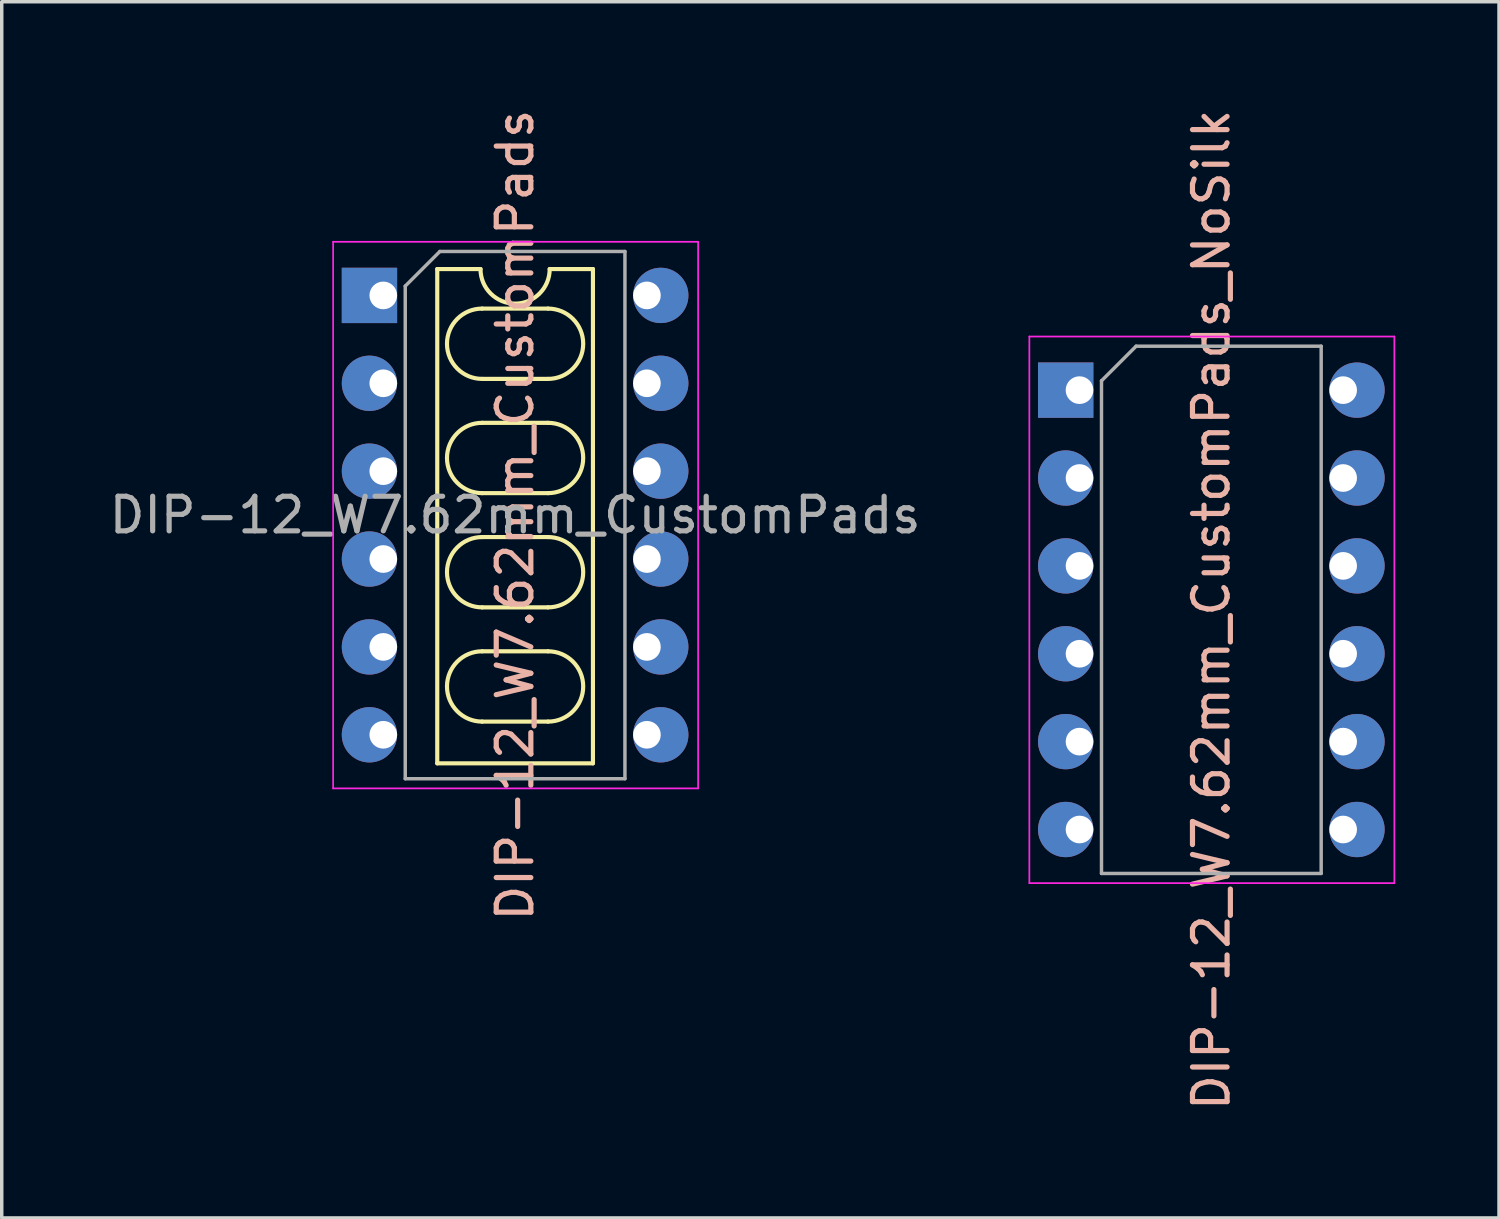
<source format=kicad_pcb>
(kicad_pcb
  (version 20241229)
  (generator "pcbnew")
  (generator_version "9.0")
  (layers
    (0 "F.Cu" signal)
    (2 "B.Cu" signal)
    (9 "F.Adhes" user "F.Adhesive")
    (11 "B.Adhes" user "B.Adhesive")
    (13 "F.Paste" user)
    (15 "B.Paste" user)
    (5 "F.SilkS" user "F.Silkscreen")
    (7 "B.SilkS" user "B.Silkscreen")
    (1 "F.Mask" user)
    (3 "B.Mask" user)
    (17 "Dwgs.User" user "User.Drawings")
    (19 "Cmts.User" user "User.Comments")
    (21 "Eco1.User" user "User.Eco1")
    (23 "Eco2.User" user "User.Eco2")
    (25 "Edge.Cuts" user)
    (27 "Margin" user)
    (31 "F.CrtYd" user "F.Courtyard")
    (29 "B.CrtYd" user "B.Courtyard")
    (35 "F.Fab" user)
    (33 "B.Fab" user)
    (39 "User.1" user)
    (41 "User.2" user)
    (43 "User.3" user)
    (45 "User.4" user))
  (footprint "DIP-12_W7.62mm_CustomPads"
    (layer "F.Cu")
    (at 8.029 5.489)
    (property "Reference" "DIP-12_W7.62mm_CustomPads" (at 3.81 6.35 270) (layer "B.SilkS") (effects (font (size 1 1) (thickness 0.15))))
    (attr through_hole)
    (fp_line (start 1.56 -0.762) (end 1.56 13.525) (stroke (width 0.12) (type solid)) (layer "F.SilkS"))
    (fp_line (start 1.56 13.525) (end 6.06 13.525) (stroke (width 0.12) (type solid)) (layer "F.SilkS"))
    (fp_line (start 2.81 -0.762) (end 1.56 -0.762) (stroke (width 0.12) (type solid)) (layer "F.SilkS"))
    (fp_line (start 2.857 0.381) (end 4.763 0.381) (stroke (width 0.12) (type solid)) (layer "F.SilkS"))
    (fp_line (start 2.857 3.683) (end 4.763 3.683) (stroke (width 0.12) (type solid)) (layer "F.SilkS"))
    (fp_line (start 2.857 5.715) (end 4.763 5.715) (stroke (width 0.12) (type solid)) (layer "F.SilkS"))
    (fp_line (start 2.857 10.287) (end 4.763 10.287) (stroke (width 0.12) (type solid)) (layer "F.SilkS"))
    (fp_line (start 4.763 2.413) (end 2.857 2.413) (stroke (width 0.12) (type solid)) (layer "F.SilkS"))
    (fp_line (start 4.763 6.985) (end 2.857 6.985) (stroke (width 0.12) (type solid)) (layer "F.SilkS"))
    (fp_line (start 4.763 9.017) (end 2.857 9.017) (stroke (width 0.12) (type solid)) (layer "F.SilkS"))
    (fp_line (start 4.763 12.319) (end 2.857 12.319) (stroke (width 0.12) (type solid)) (layer "F.SilkS"))
    (fp_line (start 6.06 -0.762) (end 4.81 -0.762) (stroke (width 0.12) (type solid)) (layer "F.SilkS"))
    (fp_line (start 6.06 13.525) (end 6.06 -0.762) (stroke (width 0.12) (type solid)) (layer "F.SilkS"))
    (fp_arc (start 2.8575 2.413) (mid 1.8415 1.397) (end 2.8575 0.381) (stroke (width 0.12) (type solid)) (layer "F.SilkS"))
    (fp_arc (start 2.8575 5.715) (mid 1.8415 4.699) (end 2.8575 3.683) (stroke (width 0.12) (type solid)) (layer "F.SilkS"))
    (fp_arc (start 2.8575 9.017) (mid 1.8415 8.001) (end 2.8575 6.985) (stroke (width 0.12) (type solid)) (layer "F.SilkS"))
    (fp_arc (start 2.8575 12.319) (mid 1.8415 11.303) (end 2.8575 10.287) (stroke (width 0.12) (type solid)) (layer "F.SilkS"))
    (fp_arc (start 4.7625 0.381) (mid 5.7785 1.397) (end 4.7625 2.413) (stroke (width 0.12) (type solid)) (layer "F.SilkS"))
    (fp_arc (start 4.7625 3.683) (mid 5.7785 4.699) (end 4.7625 5.715) (stroke (width 0.12) (type solid)) (layer "F.SilkS"))
    (fp_arc (start 4.7625 6.985) (mid 5.7785 8.001) (end 4.7625 9.017) (stroke (width 0.12) (type solid)) (layer "F.SilkS"))
    (fp_arc (start 4.7625 10.287) (mid 5.7785 11.303) (end 4.7625 12.319) (stroke (width 0.12) (type solid)) (layer "F.SilkS"))
    (fp_arc (start 4.81 -0.762) (mid 3.81 0.238) (end 2.81 -0.762) (stroke (width 0.12) (type solid)) (layer "F.SilkS"))
    (fp_line (start -1.45 -1.55) (end -1.45 14.25) (stroke (width 0.05) (type solid)) (layer "F.CrtYd"))
    (fp_line (start -1.45 14.25) (end 9.1 14.25) (stroke (width 0.05) (type solid)) (layer "F.CrtYd"))
    (fp_line (start 9.1 -1.55) (end -1.45 -1.55) (stroke (width 0.05) (type solid)) (layer "F.CrtYd"))
    (fp_line (start 9.1 14.25) (end 9.1 -1.55) (stroke (width 0.05) (type solid)) (layer "F.CrtYd"))
    (fp_line (start 0.635 -0.27) (end 1.635 -1.27) (stroke (width 0.1) (type solid)) (layer "F.Fab"))
    (fp_line (start 0.635 13.97) (end 0.635 -0.27) (stroke (width 0.1) (type solid)) (layer "F.Fab"))
    (fp_line (start 1.635 -1.27) (end 6.985 -1.27) (stroke (width 0.1) (type solid)) (layer "F.Fab"))
    (fp_line (start 6.985 -1.27) (end 6.985 13.97) (stroke (width 0.1) (type solid)) (layer "F.Fab"))
    (fp_line (start 6.985 13.97) (end 0.635 13.97) (stroke (width 0.1) (type solid)) (layer "F.Fab"))
    (fp_text user "${REFERENCE}" (at 3.81 6.35 0) (layer "F.Fab") (effects (font (size 1 1) (thickness 0.15))))
    (pad "1" thru_hole rect (at 0 0) (size 1.6 1.6) (drill 0.8 (offset -0.4 0)) (layers "F.Cu" "F.Mask"))
    (pad "2" thru_hole oval (at 0 2.54) (size 1.6 1.6) (drill 0.8 (offset -0.4 0)) (layers "F.Cu" "F.Mask"))
    (pad "3" thru_hole oval (at 0 5.08) (size 1.6 1.6) (drill 0.8 (offset -0.4 0)) (layers "F.Cu" "F.Mask"))
    (pad "4" thru_hole oval (at 0 7.62) (size 1.6 1.6) (drill 0.8 (offset -0.4 0)) (layers "F.Cu" "F.Mask"))
    (pad "5" thru_hole oval (at 0 10.16) (size 1.6 1.6) (drill 0.8 (offset -0.4 0)) (layers "F.Cu" "F.Mask"))
    (pad "6" thru_hole oval (at 0 12.7) (size 1.6 1.6) (drill 0.8 (offset -0.4 0)) (layers "F.Cu" "F.Mask"))
    (pad "7" thru_hole oval (at 7.62 12.7) (size 1.6 1.6) (drill 0.8 (offset 0.4 0)) (layers "F.Cu" "F.Mask"))
    (pad "8" thru_hole oval (at 7.62 10.16) (size 1.6 1.6) (drill 0.8 (offset 0.4 0)) (layers "F.Cu" "F.Mask"))
    (pad "9" thru_hole oval (at 7.62 7.62) (size 1.6 1.6) (drill 0.8 (offset 0.4 0)) (layers "F.Cu" "F.Mask"))
    (pad "10" thru_hole oval (at 7.62 5.08) (size 1.6 1.6) (drill 0.8 (offset 0.4 0)) (layers "F.Cu" "F.Mask"))
    (pad "11" thru_hole oval (at 7.62 2.54) (size 1.6 1.6) (drill 0.8 (offset 0.4 0)) (layers "F.Cu" "F.Mask"))
    (pad "12" thru_hole oval (at 7.62 0) (size 1.6 1.6) (drill 0.8 (offset 0.4 0)) (layers "F.Cu" "F.Mask")))
  (footprint "DIP-12_W7.62mm_CustomPads_NoSilk"
    (layer "F.Cu")
    (at 28.154 8.227)
    (property "Reference" "DIP-12_W7.62mm_CustomPads_NoSilk" (at 3.81 6.35 90) (layer "B.SilkS") (effects (font (size 1 1) (thickness 0.15))))
    (attr through_hole)
    (fp_line (start -1.45 -1.55) (end -1.45 14.25) (stroke (width 0.05) (type solid)) (layer "F.CrtYd"))
    (fp_line (start -1.45 14.25) (end 9.1 14.25) (stroke (width 0.05) (type solid)) (layer "F.CrtYd"))
    (fp_line (start 9.1 -1.55) (end -1.45 -1.55) (stroke (width 0.05) (type solid)) (layer "F.CrtYd"))
    (fp_line (start 9.1 14.25) (end 9.1 -1.55) (stroke (width 0.05) (type solid)) (layer "F.CrtYd"))
    (fp_line (start 0.635 -0.27) (end 1.635 -1.27) (stroke (width 0.1) (type solid)) (layer "F.Fab"))
    (fp_line (start 0.635 13.97) (end 0.635 -0.27) (stroke (width 0.1) (type solid)) (layer "F.Fab"))
    (fp_line (start 1.635 -1.27) (end 6.985 -1.27) (stroke (width 0.1) (type solid)) (layer "F.Fab"))
    (fp_line (start 6.985 -1.27) (end 6.985 13.97) (stroke (width 0.1) (type solid)) (layer "F.Fab"))
    (fp_line (start 6.985 13.97) (end 0.635 13.97) (stroke (width 0.1) (type solid)) (layer "F.Fab"))
    (pad "1" thru_hole rect (at 0 0) (size 1.6 1.6) (drill 0.8 (offset -0.4 0)) (layers "F.Cu" "F.Mask"))
    (pad "2" thru_hole oval (at 0 2.54) (size 1.6 1.6) (drill 0.8 (offset -0.4 0)) (layers "F.Cu" "F.Mask"))
    (pad "3" thru_hole oval (at 0 5.08) (size 1.6 1.6) (drill 0.8 (offset -0.4 0)) (layers "F.Cu" "F.Mask"))
    (pad "4" thru_hole oval (at 0 7.62) (size 1.6 1.6) (drill 0.8 (offset -0.4 0)) (layers "F.Cu" "F.Mask"))
    (pad "5" thru_hole oval (at 0 10.16) (size 1.6 1.6) (drill 0.8 (offset -0.4 0)) (layers "F.Cu" "F.Mask"))
    (pad "6" thru_hole oval (at 0 12.7) (size 1.6 1.6) (drill 0.8 (offset -0.4 0)) (layers "F.Cu" "F.Mask"))
    (pad "7" thru_hole oval (at 7.62 12.7) (size 1.6 1.6) (drill 0.8 (offset 0.4 0)) (layers "F.Cu" "F.Mask"))
    (pad "8" thru_hole oval (at 7.62 10.16) (size 1.6 1.6) (drill 0.8 (offset 0.4 0)) (layers "F.Cu" "F.Mask"))
    (pad "9" thru_hole oval (at 7.62 7.62) (size 1.6 1.6) (drill 0.8 (offset 0.4 0)) (layers "F.Cu" "F.Mask"))
    (pad "10" thru_hole oval (at 7.62 5.08) (size 1.6 1.6) (drill 0.8 (offset 0.4 0)) (layers "F.Cu" "F.Mask"))
    (pad "11" thru_hole oval (at 7.62 2.54) (size 1.6 1.6) (drill 0.8 (offset 0.4 0)) (layers "F.Cu" "F.Mask"))
    (pad "12" thru_hole oval (at 7.62 0) (size 1.6 1.6) (drill 0.8 (offset 0.4 0)) (layers "F.Cu" "F.Mask")))
  (gr_rect
    (start -3 -3)
    (end 40.279 32.155)
    (stroke (width 0.1) (type default))
    (fill no)
    (layer "Edge.Cuts")))
</source>
